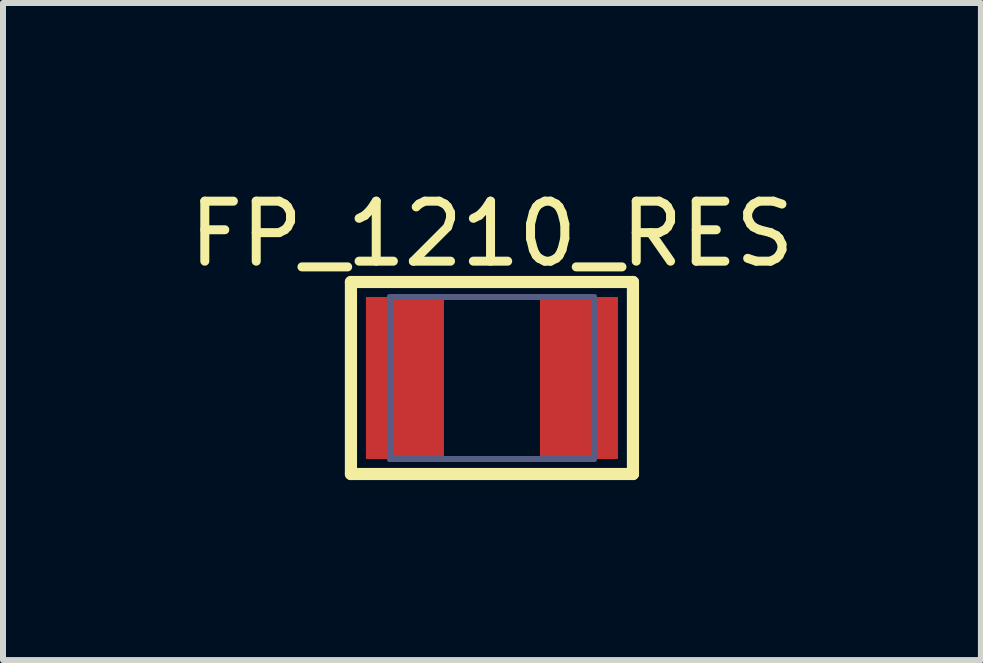
<source format=kicad_pcb>
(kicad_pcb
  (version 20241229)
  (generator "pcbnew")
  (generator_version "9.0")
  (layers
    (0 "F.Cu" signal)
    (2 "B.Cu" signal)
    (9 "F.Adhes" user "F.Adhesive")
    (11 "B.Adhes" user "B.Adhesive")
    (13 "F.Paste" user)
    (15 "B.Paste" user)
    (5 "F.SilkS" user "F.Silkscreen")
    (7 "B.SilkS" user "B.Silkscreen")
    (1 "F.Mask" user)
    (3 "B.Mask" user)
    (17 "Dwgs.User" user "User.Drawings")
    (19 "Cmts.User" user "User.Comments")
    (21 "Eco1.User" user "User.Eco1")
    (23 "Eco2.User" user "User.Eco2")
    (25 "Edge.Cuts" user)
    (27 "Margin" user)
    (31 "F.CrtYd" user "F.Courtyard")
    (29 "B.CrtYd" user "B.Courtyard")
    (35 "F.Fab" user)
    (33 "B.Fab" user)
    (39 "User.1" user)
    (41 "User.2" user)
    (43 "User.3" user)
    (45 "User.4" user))
  (footprint "FP_1210_RES"
    (layer "F.Cu")
    (at 5.149 3.25)
    (property "Reference" "FP_1210_RES" (at 0 -2.402 0) (layer "F.SilkS") (effects (font (size 1 1) (thickness 0.15))))
    (fp_line (start -2.35 -1.6) (end 2.35 -1.6) (stroke (width 0.203) (type solid)) (layer "F.SilkS"))
    (fp_line (start -2.35 1.6) (end -2.35 -1.6) (stroke (width 0.203) (type solid)) (layer "F.SilkS"))
    (fp_line (start -2.35 1.6) (end 2.35 1.6) (stroke (width 0.203) (type solid)) (layer "F.SilkS"))
    (fp_line (start 2.35 1.6) (end 2.35 -1.6) (stroke (width 0.203) (type solid)) (layer "F.SilkS"))
    (fp_line (start -1.7 -1.35) (end 1.7 -1.35) (stroke (width 0.1) (type solid)) (layer "B.Fab"))
    (fp_line (start -1.7 1.35) (end -1.7 -1.35) (stroke (width 0.1) (type solid)) (layer "B.Fab"))
    (fp_line (start -1.7 1.35) (end 1.7 1.35) (stroke (width 0.1) (type solid)) (layer "B.Fab"))
    (fp_line (start 1.7 1.35) (end 1.7 -1.35) (stroke (width 0.1) (type solid)) (layer "B.Fab"))
    (pad "1" smd rect (at -1.45 0 90) (size 2.7 1.3) (layers "F.Cu" "F.Mask" "F.Paste"))
    (pad "2" smd rect (at 1.45 0 90) (size 2.7 1.3) (layers "F.Cu" "F.Mask" "F.Paste")))
  (gr_rect
    (start -3 -3)
    (end 13.298 7.951)
    (stroke (width 0.1) (type default))
    (fill no)
    (layer "Edge.Cuts")))
</source>
